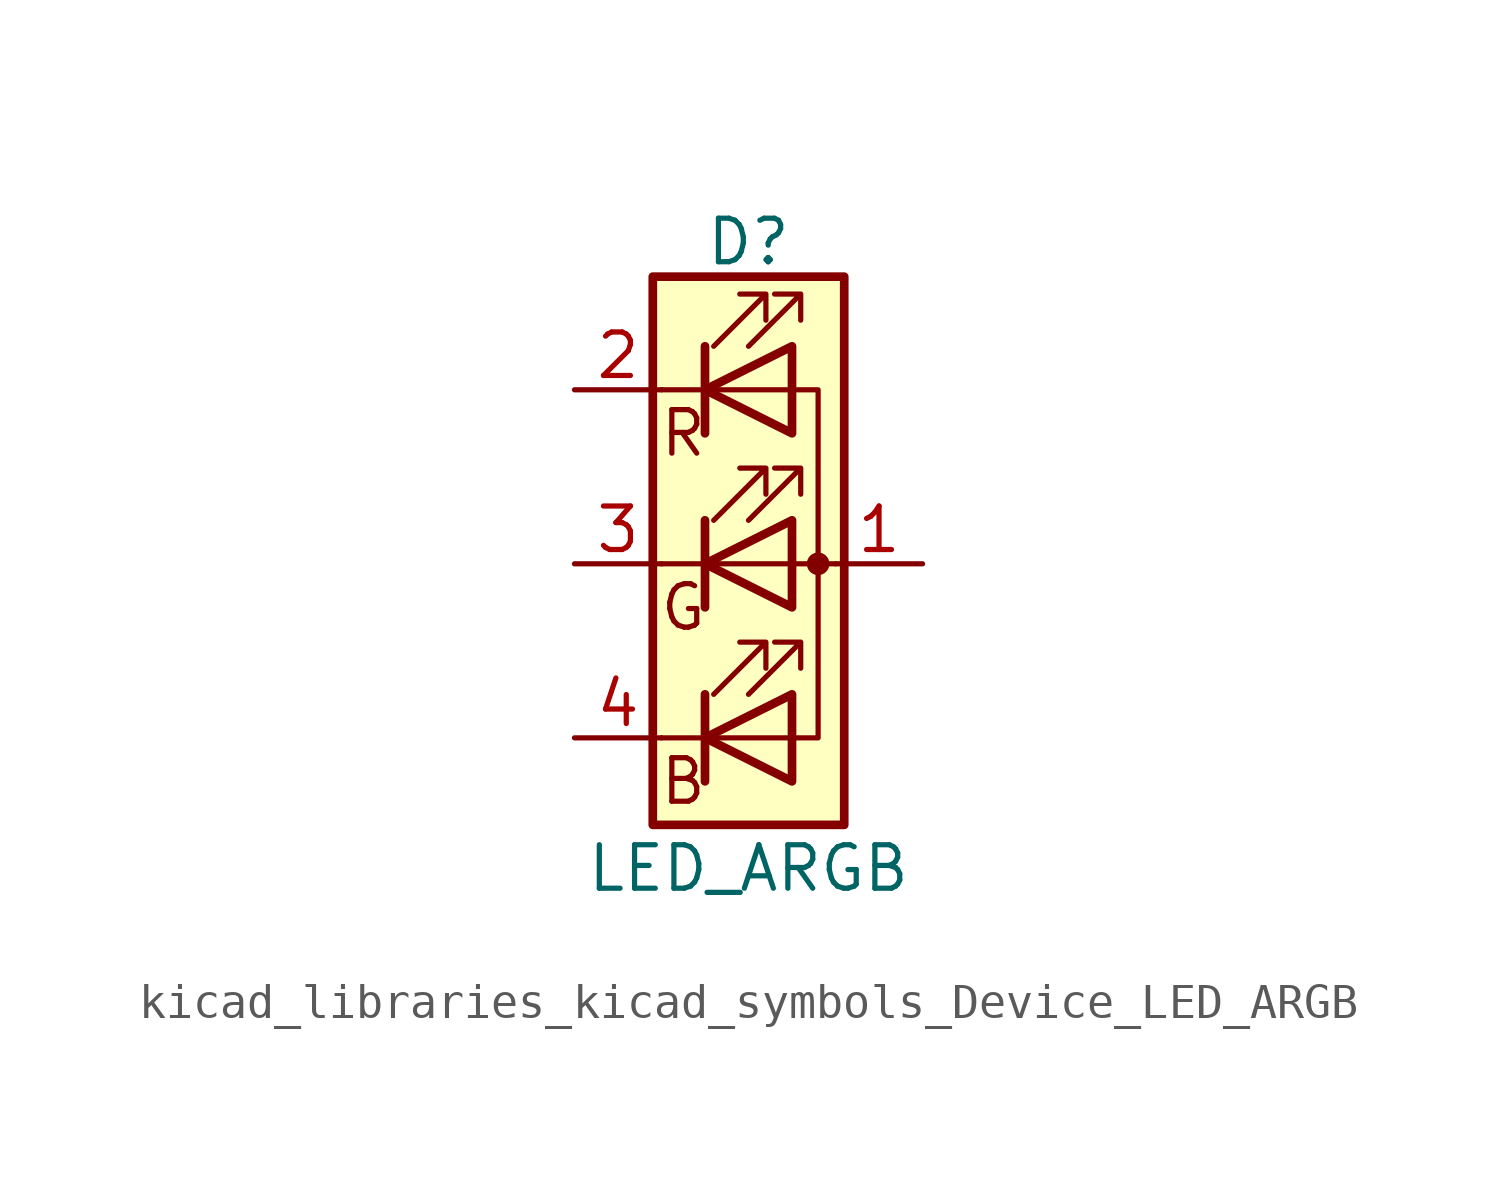
<source format=kicad_sym>
(kicad_symbol_lib
  (version 20220914)
  (generator kicad_symbol_editor)
  (symbol "kicad_libraries_kicad_symbols_Device_LED_ARGB"
    (pin_names
      (offset 0) hide)
    (property "Reference" "D"
      (at 0 9.398 0)
      (effects (font (size 1.27 1.27))))
    (property "Value" "LED_ARGB"
      (at 0 -8.89 0)
      (effects (font (size 1.27 1.27))))
    (symbol "kicad_libraries_kicad_symbols_Device_LED_ARGB_0_0"
      (text "B" (at -1.905 -6.35 0) (effects (font (size 1.27 1.27))))
      (text "G" (at -1.905 -1.27 0) (effects (font (size 1.27 1.27))))
      (text "R" (at -1.905 3.81 0) (effects (font (size 1.27 1.27)))))
    (symbol "kicad_libraries_kicad_symbols_Device_LED_ARGB_0_1"
      (polyline (pts (xy -1.27 -5.08) (xy -2.54 -5.08)) (stroke (width 0) (type default)) (fill (type none)))
      (polyline (pts (xy -1.27 -5.08) (xy 1.27 -5.08)) (stroke (width 0) (type default)) (fill (type none)))
      (polyline (pts (xy -1.27 -3.81) (xy -1.27 -6.35)) (stroke (width 0.254) (type default)) (fill (type none)))
      (polyline (pts (xy -1.27 0) (xy -2.54 0)) (stroke (width 0) (type default)) (fill (type none)))
      (polyline (pts (xy -1.27 1.27) (xy -1.27 -1.27)) (stroke (width 0.254) (type default)) (fill (type none)))
      (polyline (pts (xy -1.27 5.08) (xy -2.54 5.08)) (stroke (width 0) (type default)) (fill (type none)))
      (polyline (pts (xy -1.27 5.08) (xy 1.27 5.08)) (stroke (width 0) (type default)) (fill (type none)))
      (polyline (pts (xy -1.27 6.35) (xy -1.27 3.81)) (stroke (width 0.254) (type default)) (fill (type none)))
      (polyline (pts (xy 1.27 0) (xy -1.27 0)) (stroke (width 0) (type default)) (fill (type none)))
      (polyline (pts (xy 1.27 0) (xy 2.54 0)) (stroke (width 0) (type default)) (fill (type none)))
      (polyline (pts (xy -1.27 1.27) (xy -1.27 -1.27) (xy -1.27 -1.27)) (stroke (width 0) (type default)) (fill (type none)))
      (polyline (pts (xy -1.27 6.35) (xy -1.27 3.81) (xy -1.27 3.81)) (stroke (width 0) (type default)) (fill (type none)))
      (polyline (pts (xy 1.27 -5.08) (xy 2.032 -5.08) (xy 2.032 5.08) (xy 1.27 5.08)) (stroke (width 0) (type default)) (fill (type none)))
      (polyline (pts (xy 1.27 -3.81) (xy 1.27 -6.35) (xy -1.27 -5.08) (xy 1.27 -3.81)) (stroke (width 0.254) (type default)) (fill (type none)))
      (polyline (pts (xy 1.27 1.27) (xy 1.27 -1.27) (xy -1.27 0) (xy 1.27 1.27)) (stroke (width 0.254) (type default)) (fill (type none)))
      (polyline (pts (xy 1.27 6.35) (xy 1.27 3.81) (xy -1.27 5.08) (xy 1.27 6.35)) (stroke (width 0.254) (type default)) (fill (type none)))
      (polyline (pts (xy -1.016 -3.81) (xy 0.508 -2.286) (xy -0.254 -2.286) (xy 0.508 -2.286) (xy 0.508 -3.048)) (stroke (width 0) (type default)) (fill (type none)))
      (polyline (pts (xy -1.016 1.27) (xy 0.508 2.794) (xy -0.254 2.794) (xy 0.508 2.794) (xy 0.508 2.032)) (stroke (width 0) (type default)) (fill (type none)))
      (polyline (pts (xy -1.016 6.35) (xy 0.508 7.874) (xy -0.254 7.874) (xy 0.508 7.874) (xy 0.508 7.112)) (stroke (width 0) (type default)) (fill (type none)))
      (polyline (pts (xy 0 -3.81) (xy 1.524 -2.286) (xy 0.762 -2.286) (xy 1.524 -2.286) (xy 1.524 -3.048)) (stroke (width 0) (type default)) (fill (type none)))
      (polyline (pts (xy 0 1.27) (xy 1.524 2.794) (xy 0.762 2.794) (xy 1.524 2.794) (xy 1.524 2.032)) (stroke (width 0) (type default)) (fill (type none)))
      (polyline (pts (xy 0 6.35) (xy 1.524 7.874) (xy 0.762 7.874) (xy 1.524 7.874) (xy 1.524 7.112)) (stroke (width 0) (type default)) (fill (type none)))
      (rectangle (start 1.27 -1.27) (end 1.27 1.27) (stroke (width 0) (type default)) (fill (type none)))
      (rectangle (start 1.27 1.27) (end 1.27 1.27) (stroke (width 0) (type default)) (fill (type none)))
      (rectangle (start 1.27 3.81) (end 1.27 6.35) (stroke (width 0) (type default)) (fill (type none)))
      (rectangle (start 1.27 6.35) (end 1.27 6.35) (stroke (width 0) (type default)) (fill (type none)))
      (circle (center 2.032 0) (radius 0.254) (stroke (width 0) (type default)) (fill (type outline)))
      (rectangle (start 2.794 8.382) (end -2.794 -7.62) (stroke (width 0.254) (type default)) (fill (type background))))
    (symbol "kicad_libraries_kicad_symbols_Device_LED_ARGB_1_1"
      (pin passive line (at 5.08 0 180) (length 2.54) (name "A" (effects (font (size 1.27 1.27)))) (number "1" (effects (font (size 1.27 1.27)))))
      (pin passive line (at -5.08 5.08 0) (length 2.54) (name "RK" (effects (font (size 1.27 1.27)))) (number "2" (effects (font (size 1.27 1.27)))))
      (pin passive line (at -5.08 0 0) (length 2.54) (name "GK" (effects (font (size 1.27 1.27)))) (number "3" (effects (font (size 1.27 1.27)))))
      (pin passive line (at -5.08 -5.08 0) (length 2.54) (name "BK" (effects (font (size 1.27 1.27)))) (number "4" (effects (font (size 1.27 1.27))))))))
</source>
